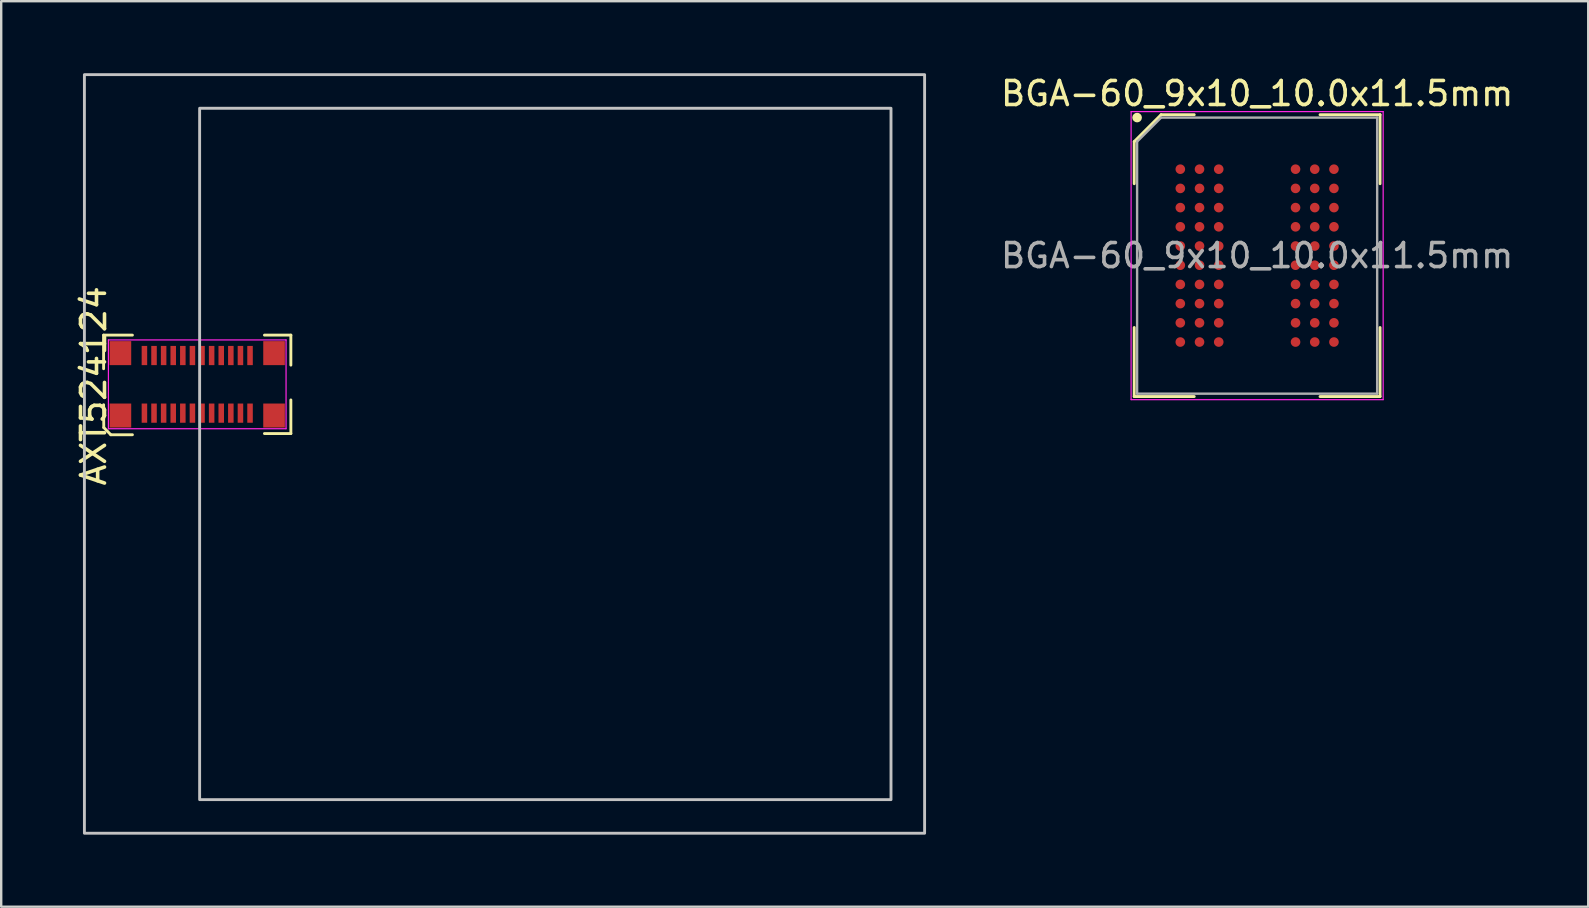
<source format=kicad_pcb>
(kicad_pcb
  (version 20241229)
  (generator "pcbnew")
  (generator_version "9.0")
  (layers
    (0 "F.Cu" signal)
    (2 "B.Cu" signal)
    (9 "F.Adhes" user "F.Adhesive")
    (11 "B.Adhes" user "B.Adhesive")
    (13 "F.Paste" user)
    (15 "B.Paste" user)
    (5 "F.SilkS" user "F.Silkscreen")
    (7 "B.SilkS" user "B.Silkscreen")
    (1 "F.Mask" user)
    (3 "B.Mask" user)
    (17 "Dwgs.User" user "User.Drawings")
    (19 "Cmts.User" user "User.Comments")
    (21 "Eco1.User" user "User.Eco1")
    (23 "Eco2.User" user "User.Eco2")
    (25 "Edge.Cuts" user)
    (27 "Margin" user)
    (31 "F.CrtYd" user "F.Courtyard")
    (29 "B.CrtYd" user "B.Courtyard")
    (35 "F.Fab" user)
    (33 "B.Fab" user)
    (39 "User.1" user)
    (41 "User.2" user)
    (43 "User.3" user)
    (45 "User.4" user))
  (footprint "BGA-60_9x10_10.0x11.5mm"
    (layer "F.Cu")
    (at 49.318 7.598)
    (property "Reference" "BGA-60_9x10_10.0x11.5mm" (at 0 -6.75 0) (layer "F.SilkS") (effects (font (size 1 1) (thickness 0.15))))
    (attr smd)
    (fp_line (start -5.12 -4.75) (end -5.12 -2.995) (stroke (width 0.12) (type default)) (layer "F.SilkS"))
    (fp_line (start -5.12 5.87) (end -5.12 2.995) (stroke (width 0.12) (type default)) (layer "F.SilkS"))
    (fp_line (start -4 -5.87) (end -5.12 -4.75) (stroke (width 0.12) (type default)) (layer "F.SilkS"))
    (fp_line (start -2.62 -5.87) (end -4 -5.87) (stroke (width 0.12) (type default)) (layer "F.SilkS"))
    (fp_line (start -2.62 5.87) (end -5.12 5.87) (stroke (width 0.12) (type default)) (layer "F.SilkS"))
    (fp_line (start 2.62 -5.87) (end 5.12 -5.87) (stroke (width 0.12) (type default)) (layer "F.SilkS"))
    (fp_line (start 2.62 5.87) (end 5.12 5.87) (stroke (width 0.12) (type default)) (layer "F.SilkS"))
    (fp_line (start 5.12 -5.87) (end 5.12 -2.995) (stroke (width 0.12) (type default)) (layer "F.SilkS"))
    (fp_line (start 5.12 5.87) (end 5.12 2.995) (stroke (width 0.12) (type default)) (layer "F.SilkS"))
    (fp_circle (center -5 -5.75) (end -5 -5.65) (stroke (width 0.2) (type default)) (fill no) (layer "F.SilkS"))
    (fp_line (start -5.25 -6) (end 5.25 -6) (stroke (width 0.05) (type default)) (layer "F.CrtYd"))
    (fp_line (start -5.25 6) (end -5.25 -6) (stroke (width 0.05) (type default)) (layer "F.CrtYd"))
    (fp_line (start 5.25 -6) (end 5.25 6) (stroke (width 0.05) (type default)) (layer "F.CrtYd"))
    (fp_line (start 5.25 6) (end -5.25 6) (stroke (width 0.05) (type default)) (layer "F.CrtYd"))
    (fp_line (start -5 -4.75) (end -5 5.75) (stroke (width 0.1) (type default)) (layer "F.Fab"))
    (fp_line (start -5 5.75) (end 5 5.75) (stroke (width 0.1) (type default)) (layer "F.Fab"))
    (fp_line (start -4 -5.75) (end -5 -4.75) (stroke (width 0.1) (type default)) (layer "F.Fab"))
    (fp_line (start 5 -5.75) (end -4 -5.75) (stroke (width 0.1) (type default)) (layer "F.Fab"))
    (fp_line (start 5 5.75) (end 5 -5.75) (stroke (width 0.1) (type default)) (layer "F.Fab"))
    (fp_text user "${REFERENCE}" (at 0 0 0) (layer "F.Fab") (effects (font (size 1 1) (thickness 0.15))))
    (pad "A1" smd circle (at -3.2 -3.6) (size 0.4 0.4) (layers "F.Cu" "F.Mask" "F.Paste"))
    (pad "A2" smd circle (at -2.4 -3.6) (size 0.4 0.4) (layers "F.Cu" "F.Mask" "F.Paste"))
    (pad "A3" smd circle (at -1.6 -3.6) (size 0.4 0.4) (layers "F.Cu" "F.Mask" "F.Paste"))
    (pad "A7" smd circle (at 1.6 -3.6) (size 0.4 0.4) (layers "F.Cu" "F.Mask" "F.Paste"))
    (pad "A8" smd circle (at 2.4 -3.6) (size 0.4 0.4) (layers "F.Cu" "F.Mask" "F.Paste"))
    (pad "A9" smd circle (at 3.2 -3.6) (size 0.4 0.4) (layers "F.Cu" "F.Mask" "F.Paste"))
    (pad "B1" smd circle (at -3.2 -2.8) (size 0.4 0.4) (layers "F.Cu" "F.Mask" "F.Paste"))
    (pad "B2" smd circle (at -2.4 -2.8) (size 0.4 0.4) (layers "F.Cu" "F.Mask" "F.Paste"))
    (pad "B3" smd circle (at -1.6 -2.8) (size 0.4 0.4) (layers "F.Cu" "F.Mask" "F.Paste"))
    (pad "B7" smd circle (at 1.6 -2.8) (size 0.4 0.4) (layers "F.Cu" "F.Mask" "F.Paste"))
    (pad "B8" smd circle (at 2.4 -2.8) (size 0.4 0.4) (layers "F.Cu" "F.Mask" "F.Paste"))
    (pad "B9" smd circle (at 3.2 -2.8) (size 0.4 0.4) (layers "F.Cu" "F.Mask" "F.Paste"))
    (pad "C1" smd circle (at -3.2 -2) (size 0.4 0.4) (layers "F.Cu" "F.Mask" "F.Paste"))
    (pad "C2" smd circle (at -2.4 -2) (size 0.4 0.4) (layers "F.Cu" "F.Mask" "F.Paste"))
    (pad "C3" smd circle (at -1.6 -2) (size 0.4 0.4) (layers "F.Cu" "F.Mask" "F.Paste"))
    (pad "C7" smd circle (at 1.6 -2) (size 0.4 0.4) (layers "F.Cu" "F.Mask" "F.Paste"))
    (pad "C8" smd circle (at 2.4 -2) (size 0.4 0.4) (layers "F.Cu" "F.Mask" "F.Paste"))
    (pad "C9" smd circle (at 3.2 -2) (size 0.4 0.4) (layers "F.Cu" "F.Mask" "F.Paste"))
    (pad "D1" smd circle (at -3.2 -1.2) (size 0.4 0.4) (layers "F.Cu" "F.Mask" "F.Paste"))
    (pad "D2" smd circle (at -2.4 -1.2) (size 0.4 0.4) (layers "F.Cu" "F.Mask" "F.Paste"))
    (pad "D3" smd circle (at -1.6 -1.2) (size 0.4 0.4) (layers "F.Cu" "F.Mask" "F.Paste"))
    (pad "D7" smd circle (at 1.6 -1.2) (size 0.4 0.4) (layers "F.Cu" "F.Mask" "F.Paste"))
    (pad "D8" smd circle (at 2.4 -1.2) (size 0.4 0.4) (layers "F.Cu" "F.Mask" "F.Paste"))
    (pad "D9" smd circle (at 3.2 -1.2) (size 0.4 0.4) (layers "F.Cu" "F.Mask" "F.Paste"))
    (pad "E1" smd circle (at -3.2 -0.4) (size 0.4 0.4) (layers "F.Cu" "F.Mask" "F.Paste"))
    (pad "E2" smd circle (at -2.4 -0.4) (size 0.4 0.4) (layers "F.Cu" "F.Mask" "F.Paste"))
    (pad "E3" smd circle (at -1.6 -0.4) (size 0.4 0.4) (layers "F.Cu" "F.Mask" "F.Paste"))
    (pad "E7" smd circle (at 1.6 -0.4) (size 0.4 0.4) (layers "F.Cu" "F.Mask" "F.Paste"))
    (pad "E8" smd circle (at 2.4 -0.4) (size 0.4 0.4) (layers "F.Cu" "F.Mask" "F.Paste"))
    (pad "E9" smd circle (at 3.2 -0.4) (size 0.4 0.4) (layers "F.Cu" "F.Mask" "F.Paste"))
    (pad "F1" smd circle (at -3.2 0.4) (size 0.4 0.4) (layers "F.Cu" "F.Mask" "F.Paste"))
    (pad "F2" smd circle (at -2.4 0.4) (size 0.4 0.4) (layers "F.Cu" "F.Mask" "F.Paste"))
    (pad "F3" smd circle (at -1.6 0.4) (size 0.4 0.4) (layers "F.Cu" "F.Mask" "F.Paste"))
    (pad "F7" smd circle (at 1.6 0.4) (size 0.4 0.4) (layers "F.Cu" "F.Mask" "F.Paste"))
    (pad "F8" smd circle (at 2.4 0.4) (size 0.4 0.4) (layers "F.Cu" "F.Mask" "F.Paste"))
    (pad "F9" smd circle (at 3.2 0.4) (size 0.4 0.4) (layers "F.Cu" "F.Mask" "F.Paste"))
    (pad "G1" smd circle (at -3.2 1.2) (size 0.4 0.4) (layers "F.Cu" "F.Mask" "F.Paste"))
    (pad "G2" smd circle (at -2.4 1.2) (size 0.4 0.4) (layers "F.Cu" "F.Mask" "F.Paste"))
    (pad "G3" smd circle (at -1.6 1.2) (size 0.4 0.4) (layers "F.Cu" "F.Mask" "F.Paste"))
    (pad "G7" smd circle (at 1.6 1.2) (size 0.4 0.4) (layers "F.Cu" "F.Mask" "F.Paste"))
    (pad "G8" smd circle (at 2.4 1.2) (size 0.4 0.4) (layers "F.Cu" "F.Mask" "F.Paste"))
    (pad "G9" smd circle (at 3.2 1.2) (size 0.4 0.4) (layers "F.Cu" "F.Mask" "F.Paste"))
    (pad "H1" smd circle (at -3.2 2) (size 0.4 0.4) (layers "F.Cu" "F.Mask" "F.Paste"))
    (pad "H2" smd circle (at -2.4 2) (size 0.4 0.4) (layers "F.Cu" "F.Mask" "F.Paste"))
    (pad "H3" smd circle (at -1.6 2) (size 0.4 0.4) (layers "F.Cu" "F.Mask" "F.Paste"))
    (pad "H7" smd circle (at 1.6 2) (size 0.4 0.4) (layers "F.Cu" "F.Mask" "F.Paste"))
    (pad "H8" smd circle (at 2.4 2) (size 0.4 0.4) (layers "F.Cu" "F.Mask" "F.Paste"))
    (pad "H9" smd circle (at 3.2 2) (size 0.4 0.4) (layers "F.Cu" "F.Mask" "F.Paste"))
    (pad "J1" smd circle (at -3.2 2.8) (size 0.4 0.4) (layers "F.Cu" "F.Mask" "F.Paste"))
    (pad "J2" smd circle (at -2.4 2.8) (size 0.4 0.4) (layers "F.Cu" "F.Mask" "F.Paste"))
    (pad "J3" smd circle (at -1.6 2.8) (size 0.4 0.4) (layers "F.Cu" "F.Mask" "F.Paste"))
    (pad "J7" smd circle (at 1.6 2.8) (size 0.4 0.4) (layers "F.Cu" "F.Mask" "F.Paste"))
    (pad "J8" smd circle (at 2.4 2.8) (size 0.4 0.4) (layers "F.Cu" "F.Mask" "F.Paste"))
    (pad "J9" smd circle (at 3.2 2.8) (size 0.4 0.4) (layers "F.Cu" "F.Mask" "F.Paste"))
    (pad "K1" smd circle (at -3.2 3.6) (size 0.4 0.4) (layers "F.Cu" "F.Mask" "F.Paste"))
    (pad "K2" smd circle (at -2.4 3.6) (size 0.4 0.4) (layers "F.Cu" "F.Mask" "F.Paste"))
    (pad "K3" smd circle (at -1.6 3.6) (size 0.4 0.4) (layers "F.Cu" "F.Mask" "F.Paste"))
    (pad "K7" smd circle (at 1.6 3.6) (size 0.4 0.4) (layers "F.Cu" "F.Mask" "F.Paste"))
    (pad "K8" smd circle (at 2.4 3.6) (size 0.4 0.4) (layers "F.Cu" "F.Mask" "F.Paste"))
    (pad "K9" smd circle (at 3.2 3.6) (size 0.4 0.4) (layers "F.Cu" "F.Mask" "F.Paste")))
  (footprint "AXT524124"
    (layer "F.Cu")
    (at 5.166 12.96)
    (property "Reference" "AXT524124" (at -4.318 0.064 90) (layer "F.SilkS") (effects (font (size 1 1) (thickness 0.15))))
    (attr smd)
    (fp_line (start -3.9 -2.05) (end -3.9 -0.65) (stroke (width 0.12) (type solid)) (layer "F.SilkS"))
    (fp_line (start -3.9 -2.05) (end -2.7 -2.05) (stroke (width 0.12) (type solid)) (layer "F.SilkS"))
    (fp_line (start -3.9 0.85) (end -3.893 1.8) (stroke (width 0.12) (type solid)) (layer "F.SilkS"))
    (fp_line (start -3.6 2.1) (end -3.893 1.8) (stroke (width 0.12) (type solid)) (layer "F.SilkS"))
    (fp_line (start -2.7 2.1) (end -3.6 2.1) (stroke (width 0.12) (type solid)) (layer "F.SilkS"))
    (fp_line (start 2.8 -2.05) (end 3.9 -2.05) (stroke (width 0.12) (type solid)) (layer "F.SilkS"))
    (fp_line (start 2.8 2.05) (end 3.9 2.05) (stroke (width 0.12) (type solid)) (layer "F.SilkS"))
    (fp_line (start 3.9 -2.05) (end 3.9 -0.8) (stroke (width 0.12) (type solid)) (layer "F.SilkS"))
    (fp_line (start 3.9 0.65) (end 3.9 2.05) (stroke (width 0.12) (type solid)) (layer "F.SilkS"))
    (fp_rect (start -4.7 -12.9) (end 30.3 18.7) (stroke (width 0.12) (type solid)) (fill no) (layer "Dwgs.User"))
    (fp_rect (start 0.1 -11.5) (end 28.9 17.3) (stroke (width 0.12) (type solid)) (fill no) (layer "Dwgs.User"))
    (fp_line (start -3.7 -1.85) (end 3.7 -1.85) (stroke (width 0.05) (type solid)) (layer "F.CrtYd"))
    (fp_line (start -3.7 1.85) (end -3.7 -1.85) (stroke (width 0.05) (type solid)) (layer "F.CrtYd"))
    (fp_line (start 3.7 -1.85) (end 3.7 1.85) (stroke (width 0.05) (type solid)) (layer "F.CrtYd"))
    (fp_line (start 3.7 1.85) (end -3.7 1.85) (stroke (width 0.05) (type solid)) (layer "F.CrtYd"))
    (pad "MP" smd rect (at -3.2 -1.3) (size 0.9 1) (layers "F.Cu" "F.Mask" "F.Paste"))
    (pad "MP" smd rect (at -3.2 1.3) (size 0.9 1) (layers "F.Cu" "F.Mask" "F.Paste"))
    (pad "MP" smd rect (at 3.2 -1.3) (size 0.9 1) (layers "F.Cu" "F.Mask" "F.Paste"))
    (pad "MP" smd rect (at 3.2 1.3) (size 0.9 1) (layers "F.Cu" "F.Mask" "F.Paste"))
    (pad "a1" smd rect (at -2.2 1.2) (size 0.23 0.8) (layers "F.Cu" "F.Mask" "F.Paste"))
    (pad "a2" smd rect (at -1.8 1.2) (size 0.23 0.8) (layers "F.Cu" "F.Mask" "F.Paste"))
    (pad "a3" smd rect (at -1.4 1.2) (size 0.23 0.8) (layers "F.Cu" "F.Mask" "F.Paste"))
    (pad "a4" smd rect (at -1 1.2) (size 0.23 0.8) (layers "F.Cu" "F.Mask" "F.Paste"))
    (pad "a5" smd rect (at -0.6 1.2) (size 0.23 0.8) (layers "F.Cu" "F.Mask" "F.Paste"))
    (pad "a6" smd rect (at -0.2 1.2) (size 0.23 0.8) (layers "F.Cu" "F.Mask" "F.Paste"))
    (pad "a7" smd rect (at 0.2 1.2) (size 0.23 0.8) (layers "F.Cu" "F.Mask" "F.Paste"))
    (pad "a8" smd rect (at 0.6 1.2) (size 0.23 0.8) (layers "F.Cu" "F.Mask" "F.Paste"))
    (pad "a9" smd rect (at 1 1.2) (size 0.23 0.8) (layers "F.Cu" "F.Mask" "F.Paste"))
    (pad "a10" smd rect (at 1.4 1.2) (size 0.23 0.8) (layers "F.Cu" "F.Mask" "F.Paste"))
    (pad "a11" smd rect (at 1.8 1.2) (size 0.23 0.8) (layers "F.Cu" "F.Mask" "F.Paste"))
    (pad "a12" smd rect (at 2.2 1.2) (size 0.23 0.8) (layers "F.Cu" "F.Mask" "F.Paste"))
    (pad "b1" smd rect (at -2.2 -1.2) (size 0.23 0.8) (layers "F.Cu" "F.Mask" "F.Paste"))
    (pad "b2" smd rect (at -1.8 -1.2) (size 0.23 0.8) (layers "F.Cu" "F.Mask" "F.Paste"))
    (pad "b3" smd rect (at -1.4 -1.2) (size 0.23 0.8) (layers "F.Cu" "F.Mask" "F.Paste"))
    (pad "b4" smd rect (at -1 -1.2) (size 0.23 0.8) (layers "F.Cu" "F.Mask" "F.Paste"))
    (pad "b5" smd rect (at -0.6 -1.2) (size 0.23 0.8) (layers "F.Cu" "F.Mask" "F.Paste"))
    (pad "b6" smd rect (at -0.2 -1.2) (size 0.23 0.8) (layers "F.Cu" "F.Mask" "F.Paste"))
    (pad "b7" smd rect (at 0.2 -1.2) (size 0.23 0.8) (layers "F.Cu" "F.Mask" "F.Paste"))
    (pad "b8" smd rect (at 0.6 -1.2) (size 0.23 0.8) (layers "F.Cu" "F.Mask" "F.Paste"))
    (pad "b9" smd rect (at 1 -1.2) (size 0.23 0.8) (layers "F.Cu" "F.Mask" "F.Paste"))
    (pad "b10" smd rect (at 1.4 -1.2) (size 0.23 0.8) (layers "F.Cu" "F.Mask" "F.Paste"))
    (pad "b11" smd rect (at 1.8 -1.2) (size 0.23 0.8) (layers "F.Cu" "F.Mask" "F.Paste"))
    (pad "b12" smd rect (at 2.2 -1.2) (size 0.23 0.8) (layers "F.Cu" "F.Mask" "F.Paste")))
  (gr_rect
    (start -3 -3)
    (end 63.11 34.72)
    (stroke (width 0.1) (type default))
    (fill no)
    (layer "Edge.Cuts")))
</source>
